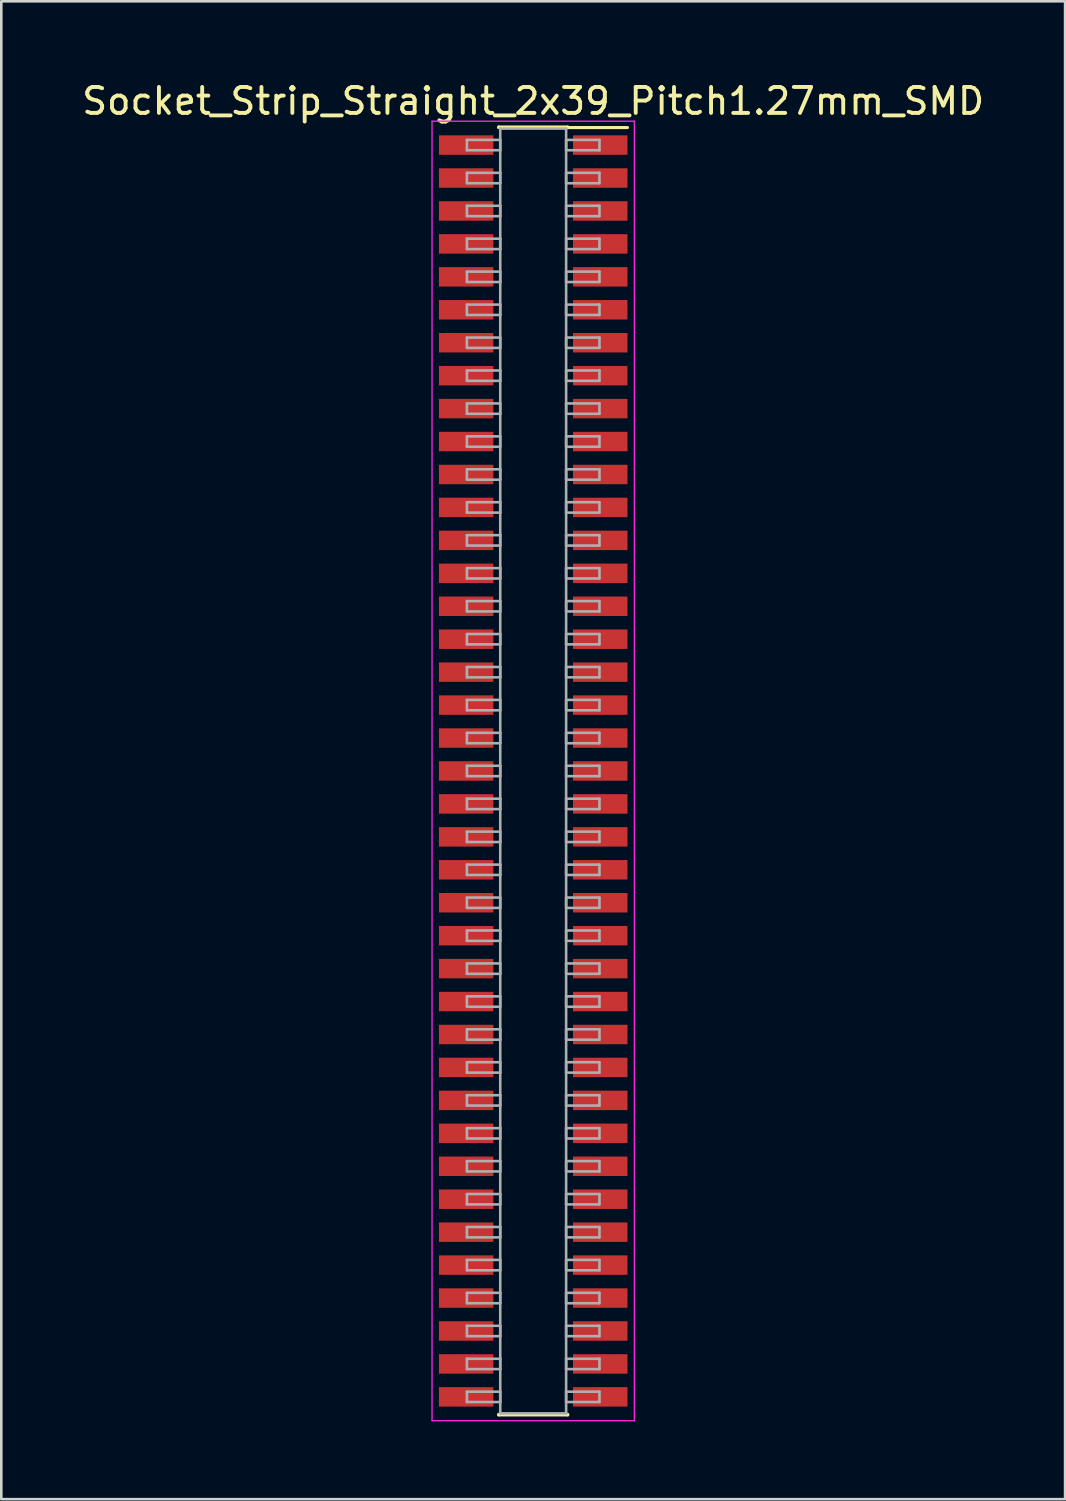
<source format=kicad_pcb>
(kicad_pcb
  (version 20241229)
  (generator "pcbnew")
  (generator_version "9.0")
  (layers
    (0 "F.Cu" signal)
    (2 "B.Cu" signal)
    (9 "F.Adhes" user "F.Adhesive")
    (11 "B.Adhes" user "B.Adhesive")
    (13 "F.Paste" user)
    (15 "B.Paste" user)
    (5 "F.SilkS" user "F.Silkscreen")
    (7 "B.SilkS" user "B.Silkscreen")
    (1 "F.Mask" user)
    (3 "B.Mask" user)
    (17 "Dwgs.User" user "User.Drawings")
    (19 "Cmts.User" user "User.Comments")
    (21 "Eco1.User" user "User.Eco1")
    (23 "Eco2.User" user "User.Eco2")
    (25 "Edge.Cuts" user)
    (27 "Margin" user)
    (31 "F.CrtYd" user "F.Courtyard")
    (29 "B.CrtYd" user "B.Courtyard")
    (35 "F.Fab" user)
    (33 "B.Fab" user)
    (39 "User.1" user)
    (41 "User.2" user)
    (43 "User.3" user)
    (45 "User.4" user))
  (footprint "Socket_Strip_Straight_2x39_Pitch1.27mm_SMD"
    (layer "F.Cu")
    (at 17.506 26.673)
    (property "Reference" "Socket_Strip_Straight_2x39_Pitch1.27mm_SMD" (at 0 -25.825 0) (layer "F.SilkS") (effects (font (size 1 1) (thickness 0.15))))
    (attr smd)
    (fp_line (start -1.33 -24.825) (end 1.33 -24.825) (stroke (width 0.12) (type solid)) (layer "F.SilkS"))
    (fp_line (start -1.33 -24.805) (end -1.33 -24.825) (stroke (width 0.12) (type solid)) (layer "F.SilkS"))
    (fp_line (start -1.33 24.805) (end -1.33 24.825) (stroke (width 0.12) (type solid)) (layer "F.SilkS"))
    (fp_line (start -1.33 24.825) (end 1.33 24.825) (stroke (width 0.12) (type solid)) (layer "F.SilkS"))
    (fp_line (start 1.33 -24.825) (end 1.33 -24.805) (stroke (width 0.12) (type solid)) (layer "F.SilkS"))
    (fp_line (start 1.33 24.825) (end 1.33 24.805) (stroke (width 0.12) (type solid)) (layer "F.SilkS"))
    (fp_line (start 3.635 -24.805) (end 1.33 -24.805) (stroke (width 0.12) (type solid)) (layer "F.SilkS"))
    (fp_line (start -3.9 -25.05) (end -3.9 25.05) (stroke (width 0.05) (type solid)) (layer "F.CrtYd"))
    (fp_line (start -3.9 25.05) (end 3.9 25.05) (stroke (width 0.05) (type solid)) (layer "F.CrtYd"))
    (fp_line (start 3.9 -25.05) (end -3.9 -25.05) (stroke (width 0.05) (type solid)) (layer "F.CrtYd"))
    (fp_line (start 3.9 25.05) (end 3.9 -25.05) (stroke (width 0.05) (type solid)) (layer "F.CrtYd"))
    (fp_line (start -2.555 -24.33) (end -1.27 -24.33) (stroke (width 0.1) (type solid)) (layer "F.Fab"))
    (fp_line (start -2.555 -23.93) (end -2.555 -24.33) (stroke (width 0.1) (type solid)) (layer "F.Fab"))
    (fp_line (start -2.555 -23.06) (end -1.27 -23.06) (stroke (width 0.1) (type solid)) (layer "F.Fab"))
    (fp_line (start -2.555 -22.66) (end -2.555 -23.06) (stroke (width 0.1) (type solid)) (layer "F.Fab"))
    (fp_line (start -2.555 -21.79) (end -1.27 -21.79) (stroke (width 0.1) (type solid)) (layer "F.Fab"))
    (fp_line (start -2.555 -21.39) (end -2.555 -21.79) (stroke (width 0.1) (type solid)) (layer "F.Fab"))
    (fp_line (start -2.555 -20.52) (end -1.27 -20.52) (stroke (width 0.1) (type solid)) (layer "F.Fab"))
    (fp_line (start -2.555 -20.12) (end -2.555 -20.52) (stroke (width 0.1) (type solid)) (layer "F.Fab"))
    (fp_line (start -2.555 -19.25) (end -1.27 -19.25) (stroke (width 0.1) (type solid)) (layer "F.Fab"))
    (fp_line (start -2.555 -18.85) (end -2.555 -19.25) (stroke (width 0.1) (type solid)) (layer "F.Fab"))
    (fp_line (start -2.555 -17.98) (end -1.27 -17.98) (stroke (width 0.1) (type solid)) (layer "F.Fab"))
    (fp_line (start -2.555 -17.58) (end -2.555 -17.98) (stroke (width 0.1) (type solid)) (layer "F.Fab"))
    (fp_line (start -2.555 -16.71) (end -1.27 -16.71) (stroke (width 0.1) (type solid)) (layer "F.Fab"))
    (fp_line (start -2.555 -16.31) (end -2.555 -16.71) (stroke (width 0.1) (type solid)) (layer "F.Fab"))
    (fp_line (start -2.555 -15.44) (end -1.27 -15.44) (stroke (width 0.1) (type solid)) (layer "F.Fab"))
    (fp_line (start -2.555 -15.04) (end -2.555 -15.44) (stroke (width 0.1) (type solid)) (layer "F.Fab"))
    (fp_line (start -2.555 -14.17) (end -1.27 -14.17) (stroke (width 0.1) (type solid)) (layer "F.Fab"))
    (fp_line (start -2.555 -13.77) (end -2.555 -14.17) (stroke (width 0.1) (type solid)) (layer "F.Fab"))
    (fp_line (start -2.555 -12.9) (end -1.27 -12.9) (stroke (width 0.1) (type solid)) (layer "F.Fab"))
    (fp_line (start -2.555 -12.5) (end -2.555 -12.9) (stroke (width 0.1) (type solid)) (layer "F.Fab"))
    (fp_line (start -2.555 -11.63) (end -1.27 -11.63) (stroke (width 0.1) (type solid)) (layer "F.Fab"))
    (fp_line (start -2.555 -11.23) (end -2.555 -11.63) (stroke (width 0.1) (type solid)) (layer "F.Fab"))
    (fp_line (start -2.555 -10.36) (end -1.27 -10.36) (stroke (width 0.1) (type solid)) (layer "F.Fab"))
    (fp_line (start -2.555 -9.96) (end -2.555 -10.36) (stroke (width 0.1) (type solid)) (layer "F.Fab"))
    (fp_line (start -2.555 -9.09) (end -1.27 -9.09) (stroke (width 0.1) (type solid)) (layer "F.Fab"))
    (fp_line (start -2.555 -8.69) (end -2.555 -9.09) (stroke (width 0.1) (type solid)) (layer "F.Fab"))
    (fp_line (start -2.555 -7.82) (end -1.27 -7.82) (stroke (width 0.1) (type solid)) (layer "F.Fab"))
    (fp_line (start -2.555 -7.42) (end -2.555 -7.82) (stroke (width 0.1) (type solid)) (layer "F.Fab"))
    (fp_line (start -2.555 -6.55) (end -1.27 -6.55) (stroke (width 0.1) (type solid)) (layer "F.Fab"))
    (fp_line (start -2.555 -6.15) (end -2.555 -6.55) (stroke (width 0.1) (type solid)) (layer "F.Fab"))
    (fp_line (start -2.555 -5.28) (end -1.27 -5.28) (stroke (width 0.1) (type solid)) (layer "F.Fab"))
    (fp_line (start -2.555 -4.88) (end -2.555 -5.28) (stroke (width 0.1) (type solid)) (layer "F.Fab"))
    (fp_line (start -2.555 -4.01) (end -1.27 -4.01) (stroke (width 0.1) (type solid)) (layer "F.Fab"))
    (fp_line (start -2.555 -3.61) (end -2.555 -4.01) (stroke (width 0.1) (type solid)) (layer "F.Fab"))
    (fp_line (start -2.555 -2.74) (end -1.27 -2.74) (stroke (width 0.1) (type solid)) (layer "F.Fab"))
    (fp_line (start -2.555 -2.34) (end -2.555 -2.74) (stroke (width 0.1) (type solid)) (layer "F.Fab"))
    (fp_line (start -2.555 -1.47) (end -1.27 -1.47) (stroke (width 0.1) (type solid)) (layer "F.Fab"))
    (fp_line (start -2.555 -1.07) (end -2.555 -1.47) (stroke (width 0.1) (type solid)) (layer "F.Fab"))
    (fp_line (start -2.555 -0.2) (end -1.27 -0.2) (stroke (width 0.1) (type solid)) (layer "F.Fab"))
    (fp_line (start -2.555 0.2) (end -2.555 -0.2) (stroke (width 0.1) (type solid)) (layer "F.Fab"))
    (fp_line (start -2.555 1.07) (end -1.27 1.07) (stroke (width 0.1) (type solid)) (layer "F.Fab"))
    (fp_line (start -2.555 1.47) (end -2.555 1.07) (stroke (width 0.1) (type solid)) (layer "F.Fab"))
    (fp_line (start -2.555 2.34) (end -1.27 2.34) (stroke (width 0.1) (type solid)) (layer "F.Fab"))
    (fp_line (start -2.555 2.74) (end -2.555 2.34) (stroke (width 0.1) (type solid)) (layer "F.Fab"))
    (fp_line (start -2.555 3.61) (end -1.27 3.61) (stroke (width 0.1) (type solid)) (layer "F.Fab"))
    (fp_line (start -2.555 4.01) (end -2.555 3.61) (stroke (width 0.1) (type solid)) (layer "F.Fab"))
    (fp_line (start -2.555 4.88) (end -1.27 4.88) (stroke (width 0.1) (type solid)) (layer "F.Fab"))
    (fp_line (start -2.555 5.28) (end -2.555 4.88) (stroke (width 0.1) (type solid)) (layer "F.Fab"))
    (fp_line (start -2.555 6.15) (end -1.27 6.15) (stroke (width 0.1) (type solid)) (layer "F.Fab"))
    (fp_line (start -2.555 6.55) (end -2.555 6.15) (stroke (width 0.1) (type solid)) (layer "F.Fab"))
    (fp_line (start -2.555 7.42) (end -1.27 7.42) (stroke (width 0.1) (type solid)) (layer "F.Fab"))
    (fp_line (start -2.555 7.82) (end -2.555 7.42) (stroke (width 0.1) (type solid)) (layer "F.Fab"))
    (fp_line (start -2.555 8.69) (end -1.27 8.69) (stroke (width 0.1) (type solid)) (layer "F.Fab"))
    (fp_line (start -2.555 9.09) (end -2.555 8.69) (stroke (width 0.1) (type solid)) (layer "F.Fab"))
    (fp_line (start -2.555 9.96) (end -1.27 9.96) (stroke (width 0.1) (type solid)) (layer "F.Fab"))
    (fp_line (start -2.555 10.36) (end -2.555 9.96) (stroke (width 0.1) (type solid)) (layer "F.Fab"))
    (fp_line (start -2.555 11.23) (end -1.27 11.23) (stroke (width 0.1) (type solid)) (layer "F.Fab"))
    (fp_line (start -2.555 11.63) (end -2.555 11.23) (stroke (width 0.1) (type solid)) (layer "F.Fab"))
    (fp_line (start -2.555 12.5) (end -1.27 12.5) (stroke (width 0.1) (type solid)) (layer "F.Fab"))
    (fp_line (start -2.555 12.9) (end -2.555 12.5) (stroke (width 0.1) (type solid)) (layer "F.Fab"))
    (fp_line (start -2.555 13.77) (end -1.27 13.77) (stroke (width 0.1) (type solid)) (layer "F.Fab"))
    (fp_line (start -2.555 14.17) (end -2.555 13.77) (stroke (width 0.1) (type solid)) (layer "F.Fab"))
    (fp_line (start -2.555 15.04) (end -1.27 15.04) (stroke (width 0.1) (type solid)) (layer "F.Fab"))
    (fp_line (start -2.555 15.44) (end -2.555 15.04) (stroke (width 0.1) (type solid)) (layer "F.Fab"))
    (fp_line (start -2.555 16.31) (end -1.27 16.31) (stroke (width 0.1) (type solid)) (layer "F.Fab"))
    (fp_line (start -2.555 16.71) (end -2.555 16.31) (stroke (width 0.1) (type solid)) (layer "F.Fab"))
    (fp_line (start -2.555 17.58) (end -1.27 17.58) (stroke (width 0.1) (type solid)) (layer "F.Fab"))
    (fp_line (start -2.555 17.98) (end -2.555 17.58) (stroke (width 0.1) (type solid)) (layer "F.Fab"))
    (fp_line (start -2.555 18.85) (end -1.27 18.85) (stroke (width 0.1) (type solid)) (layer "F.Fab"))
    (fp_line (start -2.555 19.25) (end -2.555 18.85) (stroke (width 0.1) (type solid)) (layer "F.Fab"))
    (fp_line (start -2.555 20.12) (end -1.27 20.12) (stroke (width 0.1) (type solid)) (layer "F.Fab"))
    (fp_line (start -2.555 20.52) (end -2.555 20.12) (stroke (width 0.1) (type solid)) (layer "F.Fab"))
    (fp_line (start -2.555 21.39) (end -1.27 21.39) (stroke (width 0.1) (type solid)) (layer "F.Fab"))
    (fp_line (start -2.555 21.79) (end -2.555 21.39) (stroke (width 0.1) (type solid)) (layer "F.Fab"))
    (fp_line (start -2.555 22.66) (end -1.27 22.66) (stroke (width 0.1) (type solid)) (layer "F.Fab"))
    (fp_line (start -2.555 23.06) (end -2.555 22.66) (stroke (width 0.1) (type solid)) (layer "F.Fab"))
    (fp_line (start -2.555 23.93) (end -1.27 23.93) (stroke (width 0.1) (type solid)) (layer "F.Fab"))
    (fp_line (start -2.555 24.33) (end -2.555 23.93) (stroke (width 0.1) (type solid)) (layer "F.Fab"))
    (fp_line (start -1.27 -24.765) (end -1.27 24.765) (stroke (width 0.1) (type solid)) (layer "F.Fab"))
    (fp_line (start -1.27 -24.33) (end -1.27 -23.93) (stroke (width 0.1) (type solid)) (layer "F.Fab"))
    (fp_line (start -1.27 -23.93) (end -2.555 -23.93) (stroke (width 0.1) (type solid)) (layer "F.Fab"))
    (fp_line (start -1.27 -23.06) (end -1.27 -22.66) (stroke (width 0.1) (type solid)) (layer "F.Fab"))
    (fp_line (start -1.27 -22.66) (end -2.555 -22.66) (stroke (width 0.1) (type solid)) (layer "F.Fab"))
    (fp_line (start -1.27 -21.79) (end -1.27 -21.39) (stroke (width 0.1) (type solid)) (layer "F.Fab"))
    (fp_line (start -1.27 -21.39) (end -2.555 -21.39) (stroke (width 0.1) (type solid)) (layer "F.Fab"))
    (fp_line (start -1.27 -20.52) (end -1.27 -20.12) (stroke (width 0.1) (type solid)) (layer "F.Fab"))
    (fp_line (start -1.27 -20.12) (end -2.555 -20.12) (stroke (width 0.1) (type solid)) (layer "F.Fab"))
    (fp_line (start -1.27 -19.25) (end -1.27 -18.85) (stroke (width 0.1) (type solid)) (layer "F.Fab"))
    (fp_line (start -1.27 -18.85) (end -2.555 -18.85) (stroke (width 0.1) (type solid)) (layer "F.Fab"))
    (fp_line (start -1.27 -17.98) (end -1.27 -17.58) (stroke (width 0.1) (type solid)) (layer "F.Fab"))
    (fp_line (start -1.27 -17.58) (end -2.555 -17.58) (stroke (width 0.1) (type solid)) (layer "F.Fab"))
    (fp_line (start -1.27 -16.71) (end -1.27 -16.31) (stroke (width 0.1) (type solid)) (layer "F.Fab"))
    (fp_line (start -1.27 -16.31) (end -2.555 -16.31) (stroke (width 0.1) (type solid)) (layer "F.Fab"))
    (fp_line (start -1.27 -15.44) (end -1.27 -15.04) (stroke (width 0.1) (type solid)) (layer "F.Fab"))
    (fp_line (start -1.27 -15.04) (end -2.555 -15.04) (stroke (width 0.1) (type solid)) (layer "F.Fab"))
    (fp_line (start -1.27 -14.17) (end -1.27 -13.77) (stroke (width 0.1) (type solid)) (layer "F.Fab"))
    (fp_line (start -1.27 -13.77) (end -2.555 -13.77) (stroke (width 0.1) (type solid)) (layer "F.Fab"))
    (fp_line (start -1.27 -12.9) (end -1.27 -12.5) (stroke (width 0.1) (type solid)) (layer "F.Fab"))
    (fp_line (start -1.27 -12.5) (end -2.555 -12.5) (stroke (width 0.1) (type solid)) (layer "F.Fab"))
    (fp_line (start -1.27 -11.63) (end -1.27 -11.23) (stroke (width 0.1) (type solid)) (layer "F.Fab"))
    (fp_line (start -1.27 -11.23) (end -2.555 -11.23) (stroke (width 0.1) (type solid)) (layer "F.Fab"))
    (fp_line (start -1.27 -10.36) (end -1.27 -9.96) (stroke (width 0.1) (type solid)) (layer "F.Fab"))
    (fp_line (start -1.27 -9.96) (end -2.555 -9.96) (stroke (width 0.1) (type solid)) (layer "F.Fab"))
    (fp_line (start -1.27 -9.09) (end -1.27 -8.69) (stroke (width 0.1) (type solid)) (layer "F.Fab"))
    (fp_line (start -1.27 -8.69) (end -2.555 -8.69) (stroke (width 0.1) (type solid)) (layer "F.Fab"))
    (fp_line (start -1.27 -7.82) (end -1.27 -7.42) (stroke (width 0.1) (type solid)) (layer "F.Fab"))
    (fp_line (start -1.27 -7.42) (end -2.555 -7.42) (stroke (width 0.1) (type solid)) (layer "F.Fab"))
    (fp_line (start -1.27 -6.55) (end -1.27 -6.15) (stroke (width 0.1) (type solid)) (layer "F.Fab"))
    (fp_line (start -1.27 -6.15) (end -2.555 -6.15) (stroke (width 0.1) (type solid)) (layer "F.Fab"))
    (fp_line (start -1.27 -5.28) (end -1.27 -4.88) (stroke (width 0.1) (type solid)) (layer "F.Fab"))
    (fp_line (start -1.27 -4.88) (end -2.555 -4.88) (stroke (width 0.1) (type solid)) (layer "F.Fab"))
    (fp_line (start -1.27 -4.01) (end -1.27 -3.61) (stroke (width 0.1) (type solid)) (layer "F.Fab"))
    (fp_line (start -1.27 -3.61) (end -2.555 -3.61) (stroke (width 0.1) (type solid)) (layer "F.Fab"))
    (fp_line (start -1.27 -2.74) (end -1.27 -2.34) (stroke (width 0.1) (type solid)) (layer "F.Fab"))
    (fp_line (start -1.27 -2.34) (end -2.555 -2.34) (stroke (width 0.1) (type solid)) (layer "F.Fab"))
    (fp_line (start -1.27 -1.47) (end -1.27 -1.07) (stroke (width 0.1) (type solid)) (layer "F.Fab"))
    (fp_line (start -1.27 -1.07) (end -2.555 -1.07) (stroke (width 0.1) (type solid)) (layer "F.Fab"))
    (fp_line (start -1.27 -0.2) (end -1.27 0.2) (stroke (width 0.1) (type solid)) (layer "F.Fab"))
    (fp_line (start -1.27 0.2) (end -2.555 0.2) (stroke (width 0.1) (type solid)) (layer "F.Fab"))
    (fp_line (start -1.27 1.07) (end -1.27 1.47) (stroke (width 0.1) (type solid)) (layer "F.Fab"))
    (fp_line (start -1.27 1.47) (end -2.555 1.47) (stroke (width 0.1) (type solid)) (layer "F.Fab"))
    (fp_line (start -1.27 2.34) (end -1.27 2.74) (stroke (width 0.1) (type solid)) (layer "F.Fab"))
    (fp_line (start -1.27 2.74) (end -2.555 2.74) (stroke (width 0.1) (type solid)) (layer "F.Fab"))
    (fp_line (start -1.27 3.61) (end -1.27 4.01) (stroke (width 0.1) (type solid)) (layer "F.Fab"))
    (fp_line (start -1.27 4.01) (end -2.555 4.01) (stroke (width 0.1) (type solid)) (layer "F.Fab"))
    (fp_line (start -1.27 4.88) (end -1.27 5.28) (stroke (width 0.1) (type solid)) (layer "F.Fab"))
    (fp_line (start -1.27 5.28) (end -2.555 5.28) (stroke (width 0.1) (type solid)) (layer "F.Fab"))
    (fp_line (start -1.27 6.15) (end -1.27 6.55) (stroke (width 0.1) (type solid)) (layer "F.Fab"))
    (fp_line (start -1.27 6.55) (end -2.555 6.55) (stroke (width 0.1) (type solid)) (layer "F.Fab"))
    (fp_line (start -1.27 7.42) (end -1.27 7.82) (stroke (width 0.1) (type solid)) (layer "F.Fab"))
    (fp_line (start -1.27 7.82) (end -2.555 7.82) (stroke (width 0.1) (type solid)) (layer "F.Fab"))
    (fp_line (start -1.27 8.69) (end -1.27 9.09) (stroke (width 0.1) (type solid)) (layer "F.Fab"))
    (fp_line (start -1.27 9.09) (end -2.555 9.09) (stroke (width 0.1) (type solid)) (layer "F.Fab"))
    (fp_line (start -1.27 9.96) (end -1.27 10.36) (stroke (width 0.1) (type solid)) (layer "F.Fab"))
    (fp_line (start -1.27 10.36) (end -2.555 10.36) (stroke (width 0.1) (type solid)) (layer "F.Fab"))
    (fp_line (start -1.27 11.23) (end -1.27 11.63) (stroke (width 0.1) (type solid)) (layer "F.Fab"))
    (fp_line (start -1.27 11.63) (end -2.555 11.63) (stroke (width 0.1) (type solid)) (layer "F.Fab"))
    (fp_line (start -1.27 12.5) (end -1.27 12.9) (stroke (width 0.1) (type solid)) (layer "F.Fab"))
    (fp_line (start -1.27 12.9) (end -2.555 12.9) (stroke (width 0.1) (type solid)) (layer "F.Fab"))
    (fp_line (start -1.27 13.77) (end -1.27 14.17) (stroke (width 0.1) (type solid)) (layer "F.Fab"))
    (fp_line (start -1.27 14.17) (end -2.555 14.17) (stroke (width 0.1) (type solid)) (layer "F.Fab"))
    (fp_line (start -1.27 15.04) (end -1.27 15.44) (stroke (width 0.1) (type solid)) (layer "F.Fab"))
    (fp_line (start -1.27 15.44) (end -2.555 15.44) (stroke (width 0.1) (type solid)) (layer "F.Fab"))
    (fp_line (start -1.27 16.31) (end -1.27 16.71) (stroke (width 0.1) (type solid)) (layer "F.Fab"))
    (fp_line (start -1.27 16.71) (end -2.555 16.71) (stroke (width 0.1) (type solid)) (layer "F.Fab"))
    (fp_line (start -1.27 17.58) (end -1.27 17.98) (stroke (width 0.1) (type solid)) (layer "F.Fab"))
    (fp_line (start -1.27 17.98) (end -2.555 17.98) (stroke (width 0.1) (type solid)) (layer "F.Fab"))
    (fp_line (start -1.27 18.85) (end -1.27 19.25) (stroke (width 0.1) (type solid)) (layer "F.Fab"))
    (fp_line (start -1.27 19.25) (end -2.555 19.25) (stroke (width 0.1) (type solid)) (layer "F.Fab"))
    (fp_line (start -1.27 20.12) (end -1.27 20.52) (stroke (width 0.1) (type solid)) (layer "F.Fab"))
    (fp_line (start -1.27 20.52) (end -2.555 20.52) (stroke (width 0.1) (type solid)) (layer "F.Fab"))
    (fp_line (start -1.27 21.39) (end -1.27 21.79) (stroke (width 0.1) (type solid)) (layer "F.Fab"))
    (fp_line (start -1.27 21.79) (end -2.555 21.79) (stroke (width 0.1) (type solid)) (layer "F.Fab"))
    (fp_line (start -1.27 22.66) (end -1.27 23.06) (stroke (width 0.1) (type solid)) (layer "F.Fab"))
    (fp_line (start -1.27 23.06) (end -2.555 23.06) (stroke (width 0.1) (type solid)) (layer "F.Fab"))
    (fp_line (start -1.27 23.93) (end -1.27 24.33) (stroke (width 0.1) (type solid)) (layer "F.Fab"))
    (fp_line (start -1.27 24.33) (end -2.555 24.33) (stroke (width 0.1) (type solid)) (layer "F.Fab"))
    (fp_line (start -1.27 24.765) (end 1.27 24.765) (stroke (width 0.1) (type solid)) (layer "F.Fab"))
    (fp_line (start 1.27 -24.765) (end -1.27 -24.765) (stroke (width 0.1) (type solid)) (layer "F.Fab"))
    (fp_line (start 1.27 -24.33) (end 1.27 -23.93) (stroke (width 0.1) (type solid)) (layer "F.Fab"))
    (fp_line (start 1.27 -23.93) (end 2.555 -23.93) (stroke (width 0.1) (type solid)) (layer "F.Fab"))
    (fp_line (start 1.27 -23.06) (end 1.27 -22.66) (stroke (width 0.1) (type solid)) (layer "F.Fab"))
    (fp_line (start 1.27 -22.66) (end 2.555 -22.66) (stroke (width 0.1) (type solid)) (layer "F.Fab"))
    (fp_line (start 1.27 -21.79) (end 1.27 -21.39) (stroke (width 0.1) (type solid)) (layer "F.Fab"))
    (fp_line (start 1.27 -21.39) (end 2.555 -21.39) (stroke (width 0.1) (type solid)) (layer "F.Fab"))
    (fp_line (start 1.27 -20.52) (end 1.27 -20.12) (stroke (width 0.1) (type solid)) (layer "F.Fab"))
    (fp_line (start 1.27 -20.12) (end 2.555 -20.12) (stroke (width 0.1) (type solid)) (layer "F.Fab"))
    (fp_line (start 1.27 -19.25) (end 1.27 -18.85) (stroke (width 0.1) (type solid)) (layer "F.Fab"))
    (fp_line (start 1.27 -18.85) (end 2.555 -18.85) (stroke (width 0.1) (type solid)) (layer "F.Fab"))
    (fp_line (start 1.27 -17.98) (end 1.27 -17.58) (stroke (width 0.1) (type solid)) (layer "F.Fab"))
    (fp_line (start 1.27 -17.58) (end 2.555 -17.58) (stroke (width 0.1) (type solid)) (layer "F.Fab"))
    (fp_line (start 1.27 -16.71) (end 1.27 -16.31) (stroke (width 0.1) (type solid)) (layer "F.Fab"))
    (fp_line (start 1.27 -16.31) (end 2.555 -16.31) (stroke (width 0.1) (type solid)) (layer "F.Fab"))
    (fp_line (start 1.27 -15.44) (end 1.27 -15.04) (stroke (width 0.1) (type solid)) (layer "F.Fab"))
    (fp_line (start 1.27 -15.04) (end 2.555 -15.04) (stroke (width 0.1) (type solid)) (layer "F.Fab"))
    (fp_line (start 1.27 -14.17) (end 1.27 -13.77) (stroke (width 0.1) (type solid)) (layer "F.Fab"))
    (fp_line (start 1.27 -13.77) (end 2.555 -13.77) (stroke (width 0.1) (type solid)) (layer "F.Fab"))
    (fp_line (start 1.27 -12.9) (end 1.27 -12.5) (stroke (width 0.1) (type solid)) (layer "F.Fab"))
    (fp_line (start 1.27 -12.5) (end 2.555 -12.5) (stroke (width 0.1) (type solid)) (layer "F.Fab"))
    (fp_line (start 1.27 -11.63) (end 1.27 -11.23) (stroke (width 0.1) (type solid)) (layer "F.Fab"))
    (fp_line (start 1.27 -11.23) (end 2.555 -11.23) (stroke (width 0.1) (type solid)) (layer "F.Fab"))
    (fp_line (start 1.27 -10.36) (end 1.27 -9.96) (stroke (width 0.1) (type solid)) (layer "F.Fab"))
    (fp_line (start 1.27 -9.96) (end 2.555 -9.96) (stroke (width 0.1) (type solid)) (layer "F.Fab"))
    (fp_line (start 1.27 -9.09) (end 1.27 -8.69) (stroke (width 0.1) (type solid)) (layer "F.Fab"))
    (fp_line (start 1.27 -8.69) (end 2.555 -8.69) (stroke (width 0.1) (type solid)) (layer "F.Fab"))
    (fp_line (start 1.27 -7.82) (end 1.27 -7.42) (stroke (width 0.1) (type solid)) (layer "F.Fab"))
    (fp_line (start 1.27 -7.42) (end 2.555 -7.42) (stroke (width 0.1) (type solid)) (layer "F.Fab"))
    (fp_line (start 1.27 -6.55) (end 1.27 -6.15) (stroke (width 0.1) (type solid)) (layer "F.Fab"))
    (fp_line (start 1.27 -6.15) (end 2.555 -6.15) (stroke (width 0.1) (type solid)) (layer "F.Fab"))
    (fp_line (start 1.27 -5.28) (end 1.27 -4.88) (stroke (width 0.1) (type solid)) (layer "F.Fab"))
    (fp_line (start 1.27 -4.88) (end 2.555 -4.88) (stroke (width 0.1) (type solid)) (layer "F.Fab"))
    (fp_line (start 1.27 -4.01) (end 1.27 -3.61) (stroke (width 0.1) (type solid)) (layer "F.Fab"))
    (fp_line (start 1.27 -3.61) (end 2.555 -3.61) (stroke (width 0.1) (type solid)) (layer "F.Fab"))
    (fp_line (start 1.27 -2.74) (end 1.27 -2.34) (stroke (width 0.1) (type solid)) (layer "F.Fab"))
    (fp_line (start 1.27 -2.34) (end 2.555 -2.34) (stroke (width 0.1) (type solid)) (layer "F.Fab"))
    (fp_line (start 1.27 -1.47) (end 1.27 -1.07) (stroke (width 0.1) (type solid)) (layer "F.Fab"))
    (fp_line (start 1.27 -1.07) (end 2.555 -1.07) (stroke (width 0.1) (type solid)) (layer "F.Fab"))
    (fp_line (start 1.27 -0.2) (end 1.27 0.2) (stroke (width 0.1) (type solid)) (layer "F.Fab"))
    (fp_line (start 1.27 0.2) (end 2.555 0.2) (stroke (width 0.1) (type solid)) (layer "F.Fab"))
    (fp_line (start 1.27 1.07) (end 1.27 1.47) (stroke (width 0.1) (type solid)) (layer "F.Fab"))
    (fp_line (start 1.27 1.47) (end 2.555 1.47) (stroke (width 0.1) (type solid)) (layer "F.Fab"))
    (fp_line (start 1.27 2.34) (end 1.27 2.74) (stroke (width 0.1) (type solid)) (layer "F.Fab"))
    (fp_line (start 1.27 2.74) (end 2.555 2.74) (stroke (width 0.1) (type solid)) (layer "F.Fab"))
    (fp_line (start 1.27 3.61) (end 1.27 4.01) (stroke (width 0.1) (type solid)) (layer "F.Fab"))
    (fp_line (start 1.27 4.01) (end 2.555 4.01) (stroke (width 0.1) (type solid)) (layer "F.Fab"))
    (fp_line (start 1.27 4.88) (end 1.27 5.28) (stroke (width 0.1) (type solid)) (layer "F.Fab"))
    (fp_line (start 1.27 5.28) (end 2.555 5.28) (stroke (width 0.1) (type solid)) (layer "F.Fab"))
    (fp_line (start 1.27 6.15) (end 1.27 6.55) (stroke (width 0.1) (type solid)) (layer "F.Fab"))
    (fp_line (start 1.27 6.55) (end 2.555 6.55) (stroke (width 0.1) (type solid)) (layer "F.Fab"))
    (fp_line (start 1.27 7.42) (end 1.27 7.82) (stroke (width 0.1) (type solid)) (layer "F.Fab"))
    (fp_line (start 1.27 7.82) (end 2.555 7.82) (stroke (width 0.1) (type solid)) (layer "F.Fab"))
    (fp_line (start 1.27 8.69) (end 1.27 9.09) (stroke (width 0.1) (type solid)) (layer "F.Fab"))
    (fp_line (start 1.27 9.09) (end 2.555 9.09) (stroke (width 0.1) (type solid)) (layer "F.Fab"))
    (fp_line (start 1.27 9.96) (end 1.27 10.36) (stroke (width 0.1) (type solid)) (layer "F.Fab"))
    (fp_line (start 1.27 10.36) (end 2.555 10.36) (stroke (width 0.1) (type solid)) (layer "F.Fab"))
    (fp_line (start 1.27 11.23) (end 1.27 11.63) (stroke (width 0.1) (type solid)) (layer "F.Fab"))
    (fp_line (start 1.27 11.63) (end 2.555 11.63) (stroke (width 0.1) (type solid)) (layer "F.Fab"))
    (fp_line (start 1.27 12.5) (end 1.27 12.9) (stroke (width 0.1) (type solid)) (layer "F.Fab"))
    (fp_line (start 1.27 12.9) (end 2.555 12.9) (stroke (width 0.1) (type solid)) (layer "F.Fab"))
    (fp_line (start 1.27 13.77) (end 1.27 14.17) (stroke (width 0.1) (type solid)) (layer "F.Fab"))
    (fp_line (start 1.27 14.17) (end 2.555 14.17) (stroke (width 0.1) (type solid)) (layer "F.Fab"))
    (fp_line (start 1.27 15.04) (end 1.27 15.44) (stroke (width 0.1) (type solid)) (layer "F.Fab"))
    (fp_line (start 1.27 15.44) (end 2.555 15.44) (stroke (width 0.1) (type solid)) (layer "F.Fab"))
    (fp_line (start 1.27 16.31) (end 1.27 16.71) (stroke (width 0.1) (type solid)) (layer "F.Fab"))
    (fp_line (start 1.27 16.71) (end 2.555 16.71) (stroke (width 0.1) (type solid)) (layer "F.Fab"))
    (fp_line (start 1.27 17.58) (end 1.27 17.98) (stroke (width 0.1) (type solid)) (layer "F.Fab"))
    (fp_line (start 1.27 17.98) (end 2.555 17.98) (stroke (width 0.1) (type solid)) (layer "F.Fab"))
    (fp_line (start 1.27 18.85) (end 1.27 19.25) (stroke (width 0.1) (type solid)) (layer "F.Fab"))
    (fp_line (start 1.27 19.25) (end 2.555 19.25) (stroke (width 0.1) (type solid)) (layer "F.Fab"))
    (fp_line (start 1.27 20.12) (end 1.27 20.52) (stroke (width 0.1) (type solid)) (layer "F.Fab"))
    (fp_line (start 1.27 20.52) (end 2.555 20.52) (stroke (width 0.1) (type solid)) (layer "F.Fab"))
    (fp_line (start 1.27 21.39) (end 1.27 21.79) (stroke (width 0.1) (type solid)) (layer "F.Fab"))
    (fp_line (start 1.27 21.79) (end 2.555 21.79) (stroke (width 0.1) (type solid)) (layer "F.Fab"))
    (fp_line (start 1.27 22.66) (end 1.27 23.06) (stroke (width 0.1) (type solid)) (layer "F.Fab"))
    (fp_line (start 1.27 23.06) (end 2.555 23.06) (stroke (width 0.1) (type solid)) (layer "F.Fab"))
    (fp_line (start 1.27 23.93) (end 1.27 24.33) (stroke (width 0.1) (type solid)) (layer "F.Fab"))
    (fp_line (start 1.27 24.33) (end 2.555 24.33) (stroke (width 0.1) (type solid)) (layer "F.Fab"))
    (fp_line (start 1.27 24.765) (end 1.27 -24.765) (stroke (width 0.1) (type solid)) (layer "F.Fab"))
    (fp_line (start 2.555 -24.33) (end 1.27 -24.33) (stroke (width 0.1) (type solid)) (layer "F.Fab"))
    (fp_line (start 2.555 -23.93) (end 2.555 -24.33) (stroke (width 0.1) (type solid)) (layer "F.Fab"))
    (fp_line (start 2.555 -23.06) (end 1.27 -23.06) (stroke (width 0.1) (type solid)) (layer "F.Fab"))
    (fp_line (start 2.555 -22.66) (end 2.555 -23.06) (stroke (width 0.1) (type solid)) (layer "F.Fab"))
    (fp_line (start 2.555 -21.79) (end 1.27 -21.79) (stroke (width 0.1) (type solid)) (layer "F.Fab"))
    (fp_line (start 2.555 -21.39) (end 2.555 -21.79) (stroke (width 0.1) (type solid)) (layer "F.Fab"))
    (fp_line (start 2.555 -20.52) (end 1.27 -20.52) (stroke (width 0.1) (type solid)) (layer "F.Fab"))
    (fp_line (start 2.555 -20.12) (end 2.555 -20.52) (stroke (width 0.1) (type solid)) (layer "F.Fab"))
    (fp_line (start 2.555 -19.25) (end 1.27 -19.25) (stroke (width 0.1) (type solid)) (layer "F.Fab"))
    (fp_line (start 2.555 -18.85) (end 2.555 -19.25) (stroke (width 0.1) (type solid)) (layer "F.Fab"))
    (fp_line (start 2.555 -17.98) (end 1.27 -17.98) (stroke (width 0.1) (type solid)) (layer "F.Fab"))
    (fp_line (start 2.555 -17.58) (end 2.555 -17.98) (stroke (width 0.1) (type solid)) (layer "F.Fab"))
    (fp_line (start 2.555 -16.71) (end 1.27 -16.71) (stroke (width 0.1) (type solid)) (layer "F.Fab"))
    (fp_line (start 2.555 -16.31) (end 2.555 -16.71) (stroke (width 0.1) (type solid)) (layer "F.Fab"))
    (fp_line (start 2.555 -15.44) (end 1.27 -15.44) (stroke (width 0.1) (type solid)) (layer "F.Fab"))
    (fp_line (start 2.555 -15.04) (end 2.555 -15.44) (stroke (width 0.1) (type solid)) (layer "F.Fab"))
    (fp_line (start 2.555 -14.17) (end 1.27 -14.17) (stroke (width 0.1) (type solid)) (layer "F.Fab"))
    (fp_line (start 2.555 -13.77) (end 2.555 -14.17) (stroke (width 0.1) (type solid)) (layer "F.Fab"))
    (fp_line (start 2.555 -12.9) (end 1.27 -12.9) (stroke (width 0.1) (type solid)) (layer "F.Fab"))
    (fp_line (start 2.555 -12.5) (end 2.555 -12.9) (stroke (width 0.1) (type solid)) (layer "F.Fab"))
    (fp_line (start 2.555 -11.63) (end 1.27 -11.63) (stroke (width 0.1) (type solid)) (layer "F.Fab"))
    (fp_line (start 2.555 -11.23) (end 2.555 -11.63) (stroke (width 0.1) (type solid)) (layer "F.Fab"))
    (fp_line (start 2.555 -10.36) (end 1.27 -10.36) (stroke (width 0.1) (type solid)) (layer "F.Fab"))
    (fp_line (start 2.555 -9.96) (end 2.555 -10.36) (stroke (width 0.1) (type solid)) (layer "F.Fab"))
    (fp_line (start 2.555 -9.09) (end 1.27 -9.09) (stroke (width 0.1) (type solid)) (layer "F.Fab"))
    (fp_line (start 2.555 -8.69) (end 2.555 -9.09) (stroke (width 0.1) (type solid)) (layer "F.Fab"))
    (fp_line (start 2.555 -7.82) (end 1.27 -7.82) (stroke (width 0.1) (type solid)) (layer "F.Fab"))
    (fp_line (start 2.555 -7.42) (end 2.555 -7.82) (stroke (width 0.1) (type solid)) (layer "F.Fab"))
    (fp_line (start 2.555 -6.55) (end 1.27 -6.55) (stroke (width 0.1) (type solid)) (layer "F.Fab"))
    (fp_line (start 2.555 -6.15) (end 2.555 -6.55) (stroke (width 0.1) (type solid)) (layer "F.Fab"))
    (fp_line (start 2.555 -5.28) (end 1.27 -5.28) (stroke (width 0.1) (type solid)) (layer "F.Fab"))
    (fp_line (start 2.555 -4.88) (end 2.555 -5.28) (stroke (width 0.1) (type solid)) (layer "F.Fab"))
    (fp_line (start 2.555 -4.01) (end 1.27 -4.01) (stroke (width 0.1) (type solid)) (layer "F.Fab"))
    (fp_line (start 2.555 -3.61) (end 2.555 -4.01) (stroke (width 0.1) (type solid)) (layer "F.Fab"))
    (fp_line (start 2.555 -2.74) (end 1.27 -2.74) (stroke (width 0.1) (type solid)) (layer "F.Fab"))
    (fp_line (start 2.555 -2.34) (end 2.555 -2.74) (stroke (width 0.1) (type solid)) (layer "F.Fab"))
    (fp_line (start 2.555 -1.47) (end 1.27 -1.47) (stroke (width 0.1) (type solid)) (layer "F.Fab"))
    (fp_line (start 2.555 -1.07) (end 2.555 -1.47) (stroke (width 0.1) (type solid)) (layer "F.Fab"))
    (fp_line (start 2.555 -0.2) (end 1.27 -0.2) (stroke (width 0.1) (type solid)) (layer "F.Fab"))
    (fp_line (start 2.555 0.2) (end 2.555 -0.2) (stroke (width 0.1) (type solid)) (layer "F.Fab"))
    (fp_line (start 2.555 1.07) (end 1.27 1.07) (stroke (width 0.1) (type solid)) (layer "F.Fab"))
    (fp_line (start 2.555 1.47) (end 2.555 1.07) (stroke (width 0.1) (type solid)) (layer "F.Fab"))
    (fp_line (start 2.555 2.34) (end 1.27 2.34) (stroke (width 0.1) (type solid)) (layer "F.Fab"))
    (fp_line (start 2.555 2.74) (end 2.555 2.34) (stroke (width 0.1) (type solid)) (layer "F.Fab"))
    (fp_line (start 2.555 3.61) (end 1.27 3.61) (stroke (width 0.1) (type solid)) (layer "F.Fab"))
    (fp_line (start 2.555 4.01) (end 2.555 3.61) (stroke (width 0.1) (type solid)) (layer "F.Fab"))
    (fp_line (start 2.555 4.88) (end 1.27 4.88) (stroke (width 0.1) (type solid)) (layer "F.Fab"))
    (fp_line (start 2.555 5.28) (end 2.555 4.88) (stroke (width 0.1) (type solid)) (layer "F.Fab"))
    (fp_line (start 2.555 6.15) (end 1.27 6.15) (stroke (width 0.1) (type solid)) (layer "F.Fab"))
    (fp_line (start 2.555 6.55) (end 2.555 6.15) (stroke (width 0.1) (type solid)) (layer "F.Fab"))
    (fp_line (start 2.555 7.42) (end 1.27 7.42) (stroke (width 0.1) (type solid)) (layer "F.Fab"))
    (fp_line (start 2.555 7.82) (end 2.555 7.42) (stroke (width 0.1) (type solid)) (layer "F.Fab"))
    (fp_line (start 2.555 8.69) (end 1.27 8.69) (stroke (width 0.1) (type solid)) (layer "F.Fab"))
    (fp_line (start 2.555 9.09) (end 2.555 8.69) (stroke (width 0.1) (type solid)) (layer "F.Fab"))
    (fp_line (start 2.555 9.96) (end 1.27 9.96) (stroke (width 0.1) (type solid)) (layer "F.Fab"))
    (fp_line (start 2.555 10.36) (end 2.555 9.96) (stroke (width 0.1) (type solid)) (layer "F.Fab"))
    (fp_line (start 2.555 11.23) (end 1.27 11.23) (stroke (width 0.1) (type solid)) (layer "F.Fab"))
    (fp_line (start 2.555 11.63) (end 2.555 11.23) (stroke (width 0.1) (type solid)) (layer "F.Fab"))
    (fp_line (start 2.555 12.5) (end 1.27 12.5) (stroke (width 0.1) (type solid)) (layer "F.Fab"))
    (fp_line (start 2.555 12.9) (end 2.555 12.5) (stroke (width 0.1) (type solid)) (layer "F.Fab"))
    (fp_line (start 2.555 13.77) (end 1.27 13.77) (stroke (width 0.1) (type solid)) (layer "F.Fab"))
    (fp_line (start 2.555 14.17) (end 2.555 13.77) (stroke (width 0.1) (type solid)) (layer "F.Fab"))
    (fp_line (start 2.555 15.04) (end 1.27 15.04) (stroke (width 0.1) (type solid)) (layer "F.Fab"))
    (fp_line (start 2.555 15.44) (end 2.555 15.04) (stroke (width 0.1) (type solid)) (layer "F.Fab"))
    (fp_line (start 2.555 16.31) (end 1.27 16.31) (stroke (width 0.1) (type solid)) (layer "F.Fab"))
    (fp_line (start 2.555 16.71) (end 2.555 16.31) (stroke (width 0.1) (type solid)) (layer "F.Fab"))
    (fp_line (start 2.555 17.58) (end 1.27 17.58) (stroke (width 0.1) (type solid)) (layer "F.Fab"))
    (fp_line (start 2.555 17.98) (end 2.555 17.58) (stroke (width 0.1) (type solid)) (layer "F.Fab"))
    (fp_line (start 2.555 18.85) (end 1.27 18.85) (stroke (width 0.1) (type solid)) (layer "F.Fab"))
    (fp_line (start 2.555 19.25) (end 2.555 18.85) (stroke (width 0.1) (type solid)) (layer "F.Fab"))
    (fp_line (start 2.555 20.12) (end 1.27 20.12) (stroke (width 0.1) (type solid)) (layer "F.Fab"))
    (fp_line (start 2.555 20.52) (end 2.555 20.12) (stroke (width 0.1) (type solid)) (layer "F.Fab"))
    (fp_line (start 2.555 21.39) (end 1.27 21.39) (stroke (width 0.1) (type solid)) (layer "F.Fab"))
    (fp_line (start 2.555 21.79) (end 2.555 21.39) (stroke (width 0.1) (type solid)) (layer "F.Fab"))
    (fp_line (start 2.555 22.66) (end 1.27 22.66) (stroke (width 0.1) (type solid)) (layer "F.Fab"))
    (fp_line (start 2.555 23.06) (end 2.555 22.66) (stroke (width 0.1) (type solid)) (layer "F.Fab"))
    (fp_line (start 2.555 23.93) (end 1.27 23.93) (stroke (width 0.1) (type solid)) (layer "F.Fab"))
    (fp_line (start 2.555 24.33) (end 2.555 23.93) (stroke (width 0.1) (type solid)) (layer "F.Fab"))
    (pad "1" smd rect (at 2.585 -24.13) (size 2.1 0.75) (layers "F.Cu" "F.Mask"))
    (pad "2" smd rect (at -2.585 -24.13) (size 2.1 0.75) (layers "F.Cu" "F.Mask"))
    (pad "3" smd rect (at 2.585 -22.86) (size 2.1 0.75) (layers "F.Cu" "F.Mask"))
    (pad "4" smd rect (at -2.585 -22.86) (size 2.1 0.75) (layers "F.Cu" "F.Mask"))
    (pad "5" smd rect (at 2.585 -21.59) (size 2.1 0.75) (layers "F.Cu" "F.Mask"))
    (pad "6" smd rect (at -2.585 -21.59) (size 2.1 0.75) (layers "F.Cu" "F.Mask"))
    (pad "7" smd rect (at 2.585 -20.32) (size 2.1 0.75) (layers "F.Cu" "F.Mask"))
    (pad "8" smd rect (at -2.585 -20.32) (size 2.1 0.75) (layers "F.Cu" "F.Mask"))
    (pad "9" smd rect (at 2.585 -19.05) (size 2.1 0.75) (layers "F.Cu" "F.Mask"))
    (pad "10" smd rect (at -2.585 -19.05) (size 2.1 0.75) (layers "F.Cu" "F.Mask"))
    (pad "11" smd rect (at 2.585 -17.78) (size 2.1 0.75) (layers "F.Cu" "F.Mask"))
    (pad "12" smd rect (at -2.585 -17.78) (size 2.1 0.75) (layers "F.Cu" "F.Mask"))
    (pad "13" smd rect (at 2.585 -16.51) (size 2.1 0.75) (layers "F.Cu" "F.Mask"))
    (pad "14" smd rect (at -2.585 -16.51) (size 2.1 0.75) (layers "F.Cu" "F.Mask"))
    (pad "15" smd rect (at 2.585 -15.24) (size 2.1 0.75) (layers "F.Cu" "F.Mask"))
    (pad "16" smd rect (at -2.585 -15.24) (size 2.1 0.75) (layers "F.Cu" "F.Mask"))
    (pad "17" smd rect (at 2.585 -13.97) (size 2.1 0.75) (layers "F.Cu" "F.Mask"))
    (pad "18" smd rect (at -2.585 -13.97) (size 2.1 0.75) (layers "F.Cu" "F.Mask"))
    (pad "19" smd rect (at 2.585 -12.7) (size 2.1 0.75) (layers "F.Cu" "F.Mask"))
    (pad "20" smd rect (at -2.585 -12.7) (size 2.1 0.75) (layers "F.Cu" "F.Mask"))
    (pad "21" smd rect (at 2.585 -11.43) (size 2.1 0.75) (layers "F.Cu" "F.Mask"))
    (pad "22" smd rect (at -2.585 -11.43) (size 2.1 0.75) (layers "F.Cu" "F.Mask"))
    (pad "23" smd rect (at 2.585 -10.16) (size 2.1 0.75) (layers "F.Cu" "F.Mask"))
    (pad "24" smd rect (at -2.585 -10.16) (size 2.1 0.75) (layers "F.Cu" "F.Mask"))
    (pad "25" smd rect (at 2.585 -8.89) (size 2.1 0.75) (layers "F.Cu" "F.Mask"))
    (pad "26" smd rect (at -2.585 -8.89) (size 2.1 0.75) (layers "F.Cu" "F.Mask"))
    (pad "27" smd rect (at 2.585 -7.62) (size 2.1 0.75) (layers "F.Cu" "F.Mask"))
    (pad "28" smd rect (at -2.585 -7.62) (size 2.1 0.75) (layers "F.Cu" "F.Mask"))
    (pad "29" smd rect (at 2.585 -6.35) (size 2.1 0.75) (layers "F.Cu" "F.Mask"))
    (pad "30" smd rect (at -2.585 -6.35) (size 2.1 0.75) (layers "F.Cu" "F.Mask"))
    (pad "31" smd rect (at 2.585 -5.08) (size 2.1 0.75) (layers "F.Cu" "F.Mask"))
    (pad "32" smd rect (at -2.585 -5.08) (size 2.1 0.75) (layers "F.Cu" "F.Mask"))
    (pad "33" smd rect (at 2.585 -3.81) (size 2.1 0.75) (layers "F.Cu" "F.Mask"))
    (pad "34" smd rect (at -2.585 -3.81) (size 2.1 0.75) (layers "F.Cu" "F.Mask"))
    (pad "35" smd rect (at 2.585 -2.54) (size 2.1 0.75) (layers "F.Cu" "F.Mask"))
    (pad "36" smd rect (at -2.585 -2.54) (size 2.1 0.75) (layers "F.Cu" "F.Mask"))
    (pad "37" smd rect (at 2.585 -1.27) (size 2.1 0.75) (layers "F.Cu" "F.Mask"))
    (pad "38" smd rect (at -2.585 -1.27) (size 2.1 0.75) (layers "F.Cu" "F.Mask"))
    (pad "39" smd rect (at 2.585 0) (size 2.1 0.75) (layers "F.Cu" "F.Mask"))
    (pad "40" smd rect (at -2.585 0) (size 2.1 0.75) (layers "F.Cu" "F.Mask"))
    (pad "41" smd rect (at 2.585 1.27) (size 2.1 0.75) (layers "F.Cu" "F.Mask"))
    (pad "42" smd rect (at -2.585 1.27) (size 2.1 0.75) (layers "F.Cu" "F.Mask"))
    (pad "43" smd rect (at 2.585 2.54) (size 2.1 0.75) (layers "F.Cu" "F.Mask"))
    (pad "44" smd rect (at -2.585 2.54) (size 2.1 0.75) (layers "F.Cu" "F.Mask"))
    (pad "45" smd rect (at 2.585 3.81) (size 2.1 0.75) (layers "F.Cu" "F.Mask"))
    (pad "46" smd rect (at -2.585 3.81) (size 2.1 0.75) (layers "F.Cu" "F.Mask"))
    (pad "47" smd rect (at 2.585 5.08) (size 2.1 0.75) (layers "F.Cu" "F.Mask"))
    (pad "48" smd rect (at -2.585 5.08) (size 2.1 0.75) (layers "F.Cu" "F.Mask"))
    (pad "49" smd rect (at 2.585 6.35) (size 2.1 0.75) (layers "F.Cu" "F.Mask"))
    (pad "50" smd rect (at -2.585 6.35) (size 2.1 0.75) (layers "F.Cu" "F.Mask"))
    (pad "51" smd rect (at 2.585 7.62) (size 2.1 0.75) (layers "F.Cu" "F.Mask"))
    (pad "52" smd rect (at -2.585 7.62) (size 2.1 0.75) (layers "F.Cu" "F.Mask"))
    (pad "53" smd rect (at 2.585 8.89) (size 2.1 0.75) (layers "F.Cu" "F.Mask"))
    (pad "54" smd rect (at -2.585 8.89) (size 2.1 0.75) (layers "F.Cu" "F.Mask"))
    (pad "55" smd rect (at 2.585 10.16) (size 2.1 0.75) (layers "F.Cu" "F.Mask"))
    (pad "56" smd rect (at -2.585 10.16) (size 2.1 0.75) (layers "F.Cu" "F.Mask"))
    (pad "57" smd rect (at 2.585 11.43) (size 2.1 0.75) (layers "F.Cu" "F.Mask"))
    (pad "58" smd rect (at -2.585 11.43) (size 2.1 0.75) (layers "F.Cu" "F.Mask"))
    (pad "59" smd rect (at 2.585 12.7) (size 2.1 0.75) (layers "F.Cu" "F.Mask"))
    (pad "60" smd rect (at -2.585 12.7) (size 2.1 0.75) (layers "F.Cu" "F.Mask"))
    (pad "61" smd rect (at 2.585 13.97) (size 2.1 0.75) (layers "F.Cu" "F.Mask"))
    (pad "62" smd rect (at -2.585 13.97) (size 2.1 0.75) (layers "F.Cu" "F.Mask"))
    (pad "63" smd rect (at 2.585 15.24) (size 2.1 0.75) (layers "F.Cu" "F.Mask"))
    (pad "64" smd rect (at -2.585 15.24) (size 2.1 0.75) (layers "F.Cu" "F.Mask"))
    (pad "65" smd rect (at 2.585 16.51) (size 2.1 0.75) (layers "F.Cu" "F.Mask"))
    (pad "66" smd rect (at -2.585 16.51) (size 2.1 0.75) (layers "F.Cu" "F.Mask"))
    (pad "67" smd rect (at 2.585 17.78) (size 2.1 0.75) (layers "F.Cu" "F.Mask"))
    (pad "68" smd rect (at -2.585 17.78) (size 2.1 0.75) (layers "F.Cu" "F.Mask"))
    (pad "69" smd rect (at 2.585 19.05) (size 2.1 0.75) (layers "F.Cu" "F.Mask"))
    (pad "70" smd rect (at -2.585 19.05) (size 2.1 0.75) (layers "F.Cu" "F.Mask"))
    (pad "71" smd rect (at 2.585 20.32) (size 2.1 0.75) (layers "F.Cu" "F.Mask"))
    (pad "72" smd rect (at -2.585 20.32) (size 2.1 0.75) (layers "F.Cu" "F.Mask"))
    (pad "73" smd rect (at 2.585 21.59) (size 2.1 0.75) (layers "F.Cu" "F.Mask"))
    (pad "74" smd rect (at -2.585 21.59) (size 2.1 0.75) (layers "F.Cu" "F.Mask"))
    (pad "75" smd rect (at 2.585 22.86) (size 2.1 0.75) (layers "F.Cu" "F.Mask"))
    (pad "76" smd rect (at -2.585 22.86) (size 2.1 0.75) (layers "F.Cu" "F.Mask"))
    (pad "77" smd rect (at 2.585 24.13) (size 2.1 0.75) (layers "F.Cu" "F.Mask"))
    (pad "78" smd rect (at -2.585 24.13) (size 2.1 0.75) (layers "F.Cu" "F.Mask")))
  (gr_rect
    (start -3 -3)
    (end 38.012 54.748)
    (stroke (width 0.1) (type default))
    (fill no)
    (layer "Edge.Cuts")))
</source>
